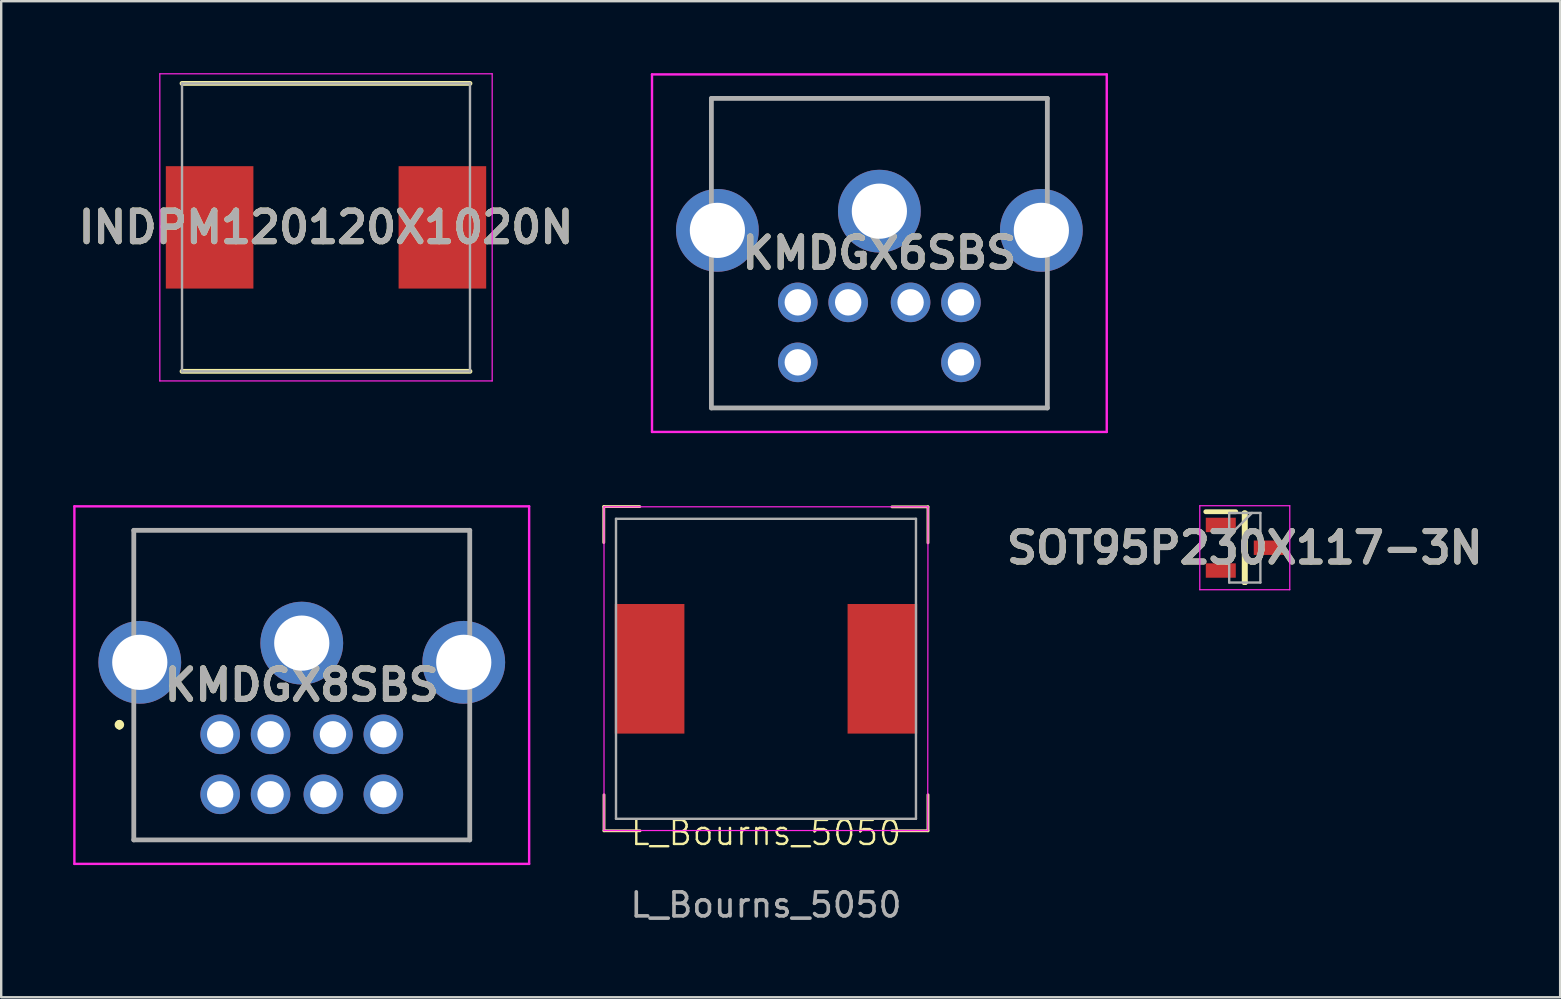
<source format=kicad_pcb>
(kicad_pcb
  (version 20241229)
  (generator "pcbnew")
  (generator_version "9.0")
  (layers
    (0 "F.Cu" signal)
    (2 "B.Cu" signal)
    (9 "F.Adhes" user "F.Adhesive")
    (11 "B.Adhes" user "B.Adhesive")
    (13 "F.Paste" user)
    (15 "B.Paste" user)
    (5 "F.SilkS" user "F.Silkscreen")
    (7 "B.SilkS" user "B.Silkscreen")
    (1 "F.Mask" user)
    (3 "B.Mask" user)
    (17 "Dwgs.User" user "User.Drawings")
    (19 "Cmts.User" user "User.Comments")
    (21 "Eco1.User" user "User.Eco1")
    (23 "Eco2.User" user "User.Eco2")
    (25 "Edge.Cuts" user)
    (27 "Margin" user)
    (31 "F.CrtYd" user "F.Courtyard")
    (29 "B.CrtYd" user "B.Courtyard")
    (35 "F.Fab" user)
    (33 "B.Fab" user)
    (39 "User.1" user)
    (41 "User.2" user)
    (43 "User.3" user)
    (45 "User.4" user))
  (footprint "SOT95P230X117-3N"
    (layer "F.Cu")
    (at 48.822 19.775)
    (property "Reference" "SOT95P230X117-3N" (at 0 0 0) (layer "F.SilkS") (effects (font (size 1.27 1.27) (thickness 0.254))))
    (attr smd)
    (fp_line (start -1.625 -1.5) (end -0.375 -1.5) (stroke (width 0.2) (type solid)) (layer "F.SilkS"))
    (fp_line (start -0.025 -1.45) (end 0.025 -1.45) (stroke (width 0.2) (type solid)) (layer "F.SilkS"))
    (fp_line (start -0.025 1.45) (end -0.025 -1.45) (stroke (width 0.2) (type solid)) (layer "F.SilkS"))
    (fp_line (start 0.025 -1.45) (end 0.025 1.45) (stroke (width 0.2) (type solid)) (layer "F.SilkS"))
    (fp_line (start 0.025 1.45) (end -0.025 1.45) (stroke (width 0.2) (type solid)) (layer "F.SilkS"))
    (fp_line (start -1.875 -1.75) (end 1.875 -1.75) (stroke (width 0.05) (type solid)) (layer "F.CrtYd"))
    (fp_line (start -1.875 1.75) (end -1.875 -1.75) (stroke (width 0.05) (type solid)) (layer "F.CrtYd"))
    (fp_line (start 1.875 -1.75) (end 1.875 1.75) (stroke (width 0.05) (type solid)) (layer "F.CrtYd"))
    (fp_line (start 1.875 1.75) (end -1.875 1.75) (stroke (width 0.05) (type solid)) (layer "F.CrtYd"))
    (fp_line (start -0.65 -1.45) (end 0.65 -1.45) (stroke (width 0.1) (type solid)) (layer "F.Fab"))
    (fp_line (start -0.65 -0.5) (end 0.3 -1.45) (stroke (width 0.1) (type solid)) (layer "F.Fab"))
    (fp_line (start -0.65 1.45) (end -0.65 -1.45) (stroke (width 0.1) (type solid)) (layer "F.Fab"))
    (fp_line (start 0.65 -1.45) (end 0.65 1.45) (stroke (width 0.1) (type solid)) (layer "F.Fab"))
    (fp_line (start 0.65 1.45) (end -0.65 1.45) (stroke (width 0.1) (type solid)) (layer "F.Fab"))
    (fp_text user "${REFERENCE}" (at 0 0 0) (layer "F.Fab") (effects (font (size 1.27 1.27) (thickness 0.254))))
    (pad "1" smd rect (at -1 -0.95 90) (size 0.6 1.25) (layers "F.Cu" "F.Mask" "F.Paste"))
    (pad "2" smd rect (at -1 0.95 90) (size 0.6 1.25) (layers "F.Cu" "F.Mask" "F.Paste"))
    (pad "3" smd rect (at 1 0 90) (size 0.6 1.25) (layers "F.Cu" "F.Mask" "F.Paste")))
  (footprint "KMDGX8SBS"
    (layer "F.Cu")
    (at 8.225 27.55)
    (property "Reference" "KMDGX8SBS" (at 1.3 -2.05 0) (layer "F.SilkS") (effects (font (size 1.27 1.27) (thickness 0.254))))
    (attr through_hole)
    (fp_line (start -6.3 -0.5) (end -6.3 -0.5) (stroke (width 0.2) (type solid)) (layer "F.SilkS"))
    (fp_line (start -6.3 -0.3) (end -6.3 -0.3) (stroke (width 0.2) (type solid)) (layer "F.SilkS"))
    (fp_line (start -5.7 -8.5) (end 8.3 -8.5) (stroke (width 0.1) (type solid)) (layer "F.SilkS"))
    (fp_line (start -5.7 -5.1) (end -5.7 -8.5) (stroke (width 0.1) (type solid)) (layer "F.SilkS"))
    (fp_line (start -5.7 -0.9) (end -5.7 4.4) (stroke (width 0.1) (type solid)) (layer "F.SilkS"))
    (fp_line (start -5.7 4.4) (end 8.3 4.4) (stroke (width 0.1) (type solid)) (layer "F.SilkS"))
    (fp_line (start 8.3 -8.5) (end 8.3 -5.1) (stroke (width 0.1) (type solid)) (layer "F.SilkS"))
    (fp_line (start 8.3 4.4) (end 8.3 -0.9) (stroke (width 0.1) (type solid)) (layer "F.SilkS"))
    (fp_arc (start -6.3 -0.5) (mid -6.2 -0.4) (end -6.3 -0.3) (stroke (width 0.2) (type solid)) (layer "F.SilkS"))
    (fp_arc (start -6.3 -0.3) (mid -6.4 -0.4) (end -6.3 -0.5) (stroke (width 0.2) (type solid)) (layer "F.SilkS"))
    (fp_line (start -8.175 -9.5) (end 10.775 -9.5) (stroke (width 0.1) (type solid)) (layer "F.CrtYd"))
    (fp_line (start -8.175 5.4) (end -8.175 -9.5) (stroke (width 0.1) (type solid)) (layer "F.CrtYd"))
    (fp_line (start 10.775 -9.5) (end 10.775 5.4) (stroke (width 0.1) (type solid)) (layer "F.CrtYd"))
    (fp_line (start 10.775 5.4) (end -8.175 5.4) (stroke (width 0.1) (type solid)) (layer "F.CrtYd"))
    (fp_line (start -5.7 -8.5) (end 8.3 -8.5) (stroke (width 0.2) (type solid)) (layer "F.Fab"))
    (fp_line (start -5.7 4.4) (end -5.7 -8.5) (stroke (width 0.2) (type solid)) (layer "F.Fab"))
    (fp_line (start 8.3 -8.5) (end 8.3 4.4) (stroke (width 0.2) (type solid)) (layer "F.Fab"))
    (fp_line (start 8.3 4.4) (end -5.7 4.4) (stroke (width 0.2) (type solid)) (layer "F.Fab"))
    (fp_text user "${REFERENCE}" (at 1.3 -2.05 0) (layer "F.Fab") (effects (font (size 1.27 1.27) (thickness 0.254))))
    (pad "1" thru_hole circle (at 0 0) (size 1.65 1.65) (drill 1.1) (layers "*.Cu" "*.Mask"))
    (pad "2" thru_hole circle (at 2.6 0) (size 1.65 1.65) (drill 1.1) (layers "*.Cu" "*.Mask"))
    (pad "3" thru_hole circle (at -2.1 0) (size 1.65 1.65) (drill 1.1) (layers "*.Cu" "*.Mask"))
    (pad "4" thru_hole circle (at 0 2.5) (size 1.65 1.65) (drill 1.1) (layers "*.Cu" "*.Mask"))
    (pad "5" thru_hole circle (at 4.7 0) (size 1.65 1.65) (drill 1.1) (layers "*.Cu" "*.Mask"))
    (pad "6" thru_hole circle (at -2.1 2.5) (size 1.65 1.65) (drill 1.1) (layers "*.Cu" "*.Mask"))
    (pad "7" thru_hole circle (at 2.2 2.5) (size 1.65 1.65) (drill 1.1) (layers "*.Cu" "*.Mask"))
    (pad "8" thru_hole circle (at 4.7 2.5) (size 1.65 1.65) (drill 1.1) (layers "*.Cu" "*.Mask"))
    (pad "MH1" thru_hole circle (at -5.45 -3) (size 3.45 3.45) (drill 2.3) (layers "*.Cu" "*.Mask"))
    (pad "MH2" thru_hole circle (at 1.3 -3.8) (size 3.45 3.45) (drill 2.3) (layers "*.Cu" "*.Mask"))
    (pad "MH3" thru_hole circle (at 8.05 -3) (size 3.45 3.45) (drill 2.3) (layers "*.Cu" "*.Mask")))
  (footprint "KMDGX6SBS"
    (layer "F.Cu")
    (at 32.295 9.55)
    (property "Reference" "KMDGX6SBS" (at 1.3 -2.05 0) (layer "F.SilkS") (effects (font (size 1.27 1.27) (thickness 0.254))))
    (attr through_hole)
    (fp_line (start -5.7 -8.5) (end 8.3 -8.5) (stroke (width 0.1) (type solid)) (layer "F.SilkS"))
    (fp_line (start -5.7 -5.5) (end -5.7 -8.5) (stroke (width 0.1) (type solid)) (layer "F.SilkS"))
    (fp_line (start -5.7 -0.5) (end -5.7 4.4) (stroke (width 0.1) (type solid)) (layer "F.SilkS"))
    (fp_line (start -5.7 4.4) (end 8.3 4.4) (stroke (width 0.1) (type solid)) (layer "F.SilkS"))
    (fp_line (start 8.3 -8.5) (end 8.3 -5.5) (stroke (width 0.1) (type solid)) (layer "F.SilkS"))
    (fp_line (start 8.3 4.4) (end 8.3 0) (stroke (width 0.1) (type solid)) (layer "F.SilkS"))
    (fp_line (start -8.175 -9.5) (end 10.775 -9.5) (stroke (width 0.1) (type solid)) (layer "F.CrtYd"))
    (fp_line (start -8.175 5.4) (end -8.175 -9.5) (stroke (width 0.1) (type solid)) (layer "F.CrtYd"))
    (fp_line (start 10.775 -9.5) (end 10.775 5.4) (stroke (width 0.1) (type solid)) (layer "F.CrtYd"))
    (fp_line (start 10.775 5.4) (end -8.175 5.4) (stroke (width 0.1) (type solid)) (layer "F.CrtYd"))
    (fp_line (start -5.7 -8.5) (end 8.3 -8.5) (stroke (width 0.2) (type solid)) (layer "F.Fab"))
    (fp_line (start -5.7 4.4) (end -5.7 -8.5) (stroke (width 0.2) (type solid)) (layer "F.Fab"))
    (fp_line (start 8.3 -8.5) (end 8.3 4.4) (stroke (width 0.2) (type solid)) (layer "F.Fab"))
    (fp_line (start 8.3 4.4) (end -5.7 4.4) (stroke (width 0.2) (type solid)) (layer "F.Fab"))
    (fp_text user "${REFERENCE}" (at 1.3 -2.05 0) (layer "F.Fab") (effects (font (size 1.27 1.27) (thickness 0.254))))
    (pad "1" thru_hole circle (at 0 0) (size 1.65 1.65) (drill 1.1) (layers "*.Cu" "*.Mask"))
    (pad "2" thru_hole circle (at 2.6 0) (size 1.65 1.65) (drill 1.1) (layers "*.Cu" "*.Mask"))
    (pad "3" thru_hole circle (at -2.1 0) (size 1.65 1.65) (drill 1.1) (layers "*.Cu" "*.Mask"))
    (pad "5" thru_hole circle (at 4.7 0) (size 1.65 1.65) (drill 1.1) (layers "*.Cu" "*.Mask"))
    (pad "6" thru_hole circle (at -2.1 2.5) (size 1.65 1.65) (drill 1.1) (layers "*.Cu" "*.Mask"))
    (pad "8" thru_hole circle (at 4.7 2.5) (size 1.65 1.65) (drill 1.1) (layers "*.Cu" "*.Mask"))
    (pad "MH1" thru_hole circle (at -5.45 -3) (size 3.45 3.45) (drill 2.3) (layers "*.Cu" "*.Mask"))
    (pad "MH2" thru_hole circle (at 1.3 -3.8) (size 3.45 3.45) (drill 2.3) (layers "*.Cu" "*.Mask"))
    (pad "MH3" thru_hole circle (at 8.05 -3) (size 3.45 3.45) (drill 2.3) (layers "*.Cu" "*.Mask")))
  (footprint "INDPM120120X1020N"
    (layer "F.Cu")
    (at 10.535 6.425)
    (property "Reference" "INDPM120120X1020N" (at 0 0 0) (layer "F.SilkS") (effects (font (size 1.27 1.27) (thickness 0.254))))
    (attr smd)
    (fp_line (start -6 6) (end 6 6) (stroke (width 0.2) (type solid)) (layer "F.SilkS"))
    (fp_line (start 6 -6) (end -6 -6) (stroke (width 0.2) (type solid)) (layer "F.SilkS"))
    (fp_line (start -6.925 -6.4) (end 6.925 -6.4) (stroke (width 0.05) (type solid)) (layer "F.CrtYd"))
    (fp_line (start -6.925 6.4) (end -6.925 -6.4) (stroke (width 0.05) (type solid)) (layer "F.CrtYd"))
    (fp_line (start 6.925 -6.4) (end 6.925 6.4) (stroke (width 0.05) (type solid)) (layer "F.CrtYd"))
    (fp_line (start 6.925 6.4) (end -6.925 6.4) (stroke (width 0.05) (type solid)) (layer "F.CrtYd"))
    (fp_line (start -6 -6) (end 6 -6) (stroke (width 0.1) (type solid)) (layer "F.Fab"))
    (fp_line (start -6 6) (end -6 -6) (stroke (width 0.1) (type solid)) (layer "F.Fab"))
    (fp_line (start 6 -6) (end 6 6) (stroke (width 0.1) (type solid)) (layer "F.Fab"))
    (fp_line (start 6 6) (end -6 6) (stroke (width 0.1) (type solid)) (layer "F.Fab"))
    (fp_text user "${REFERENCE}" (at 0 0 0) (layer "F.Fab") (effects (font (size 1.27 1.27) (thickness 0.254))))
    (pad "1" smd rect (at -4.85 0) (size 3.65 5.1) (layers "F.Cu" "F.Mask" "F.Paste"))
    (pad "2" smd rect (at 4.85 0) (size 3.65 5.1) (layers "F.Cu" "F.Mask" "F.Paste")))
  (footprint "L_Bourns_5050"
    (layer "F.Cu")
    (at 28.87 24.82)
    (property "Reference" "L_Bourns_5050" (at 0 6.84 0) (unlocked yes) (layer "F.SilkS") (effects (font (size 1 1) (thickness 0.1))))
    (attr smd)
    (fp_line (start -6.76 -6.76) (end -6.76 -5.26) (stroke (width 0.12) (type solid)) (layer "F.SilkS"))
    (fp_line (start -6.76 -6.76) (end -5.26 -6.76) (stroke (width 0.12) (type solid)) (layer "F.SilkS"))
    (fp_line (start -6.75 6.75) (end -6.75 5.25) (stroke (width 0.12) (type solid)) (layer "F.SilkS"))
    (fp_line (start -6.75 6.75) (end -5.25 6.75) (stroke (width 0.12) (type solid)) (layer "F.SilkS"))
    (fp_line (start 6.75 -6.75) (end 5.25 -6.75) (stroke (width 0.12) (type solid)) (layer "F.SilkS"))
    (fp_line (start 6.75 -6.75) (end 6.75 -5.25) (stroke (width 0.12) (type solid)) (layer "F.SilkS"))
    (fp_line (start 6.75 6.75) (end 5.25 6.75) (stroke (width 0.12) (type solid)) (layer "F.SilkS"))
    (fp_line (start 6.75 6.75) (end 6.75 5.25) (stroke (width 0.12) (type solid)) (layer "F.SilkS"))
    (fp_line (start -6.75 -6.75) (end -6.75 6.74) (stroke (width 0.05) (type solid)) (layer "F.CrtYd"))
    (fp_line (start -6.75 -6.75) (end 6.75 -6.75) (stroke (width 0.05) (type solid)) (layer "F.CrtYd"))
    (fp_line (start -6.75 6.74) (end 6.74 6.74) (stroke (width 0.05) (type solid)) (layer "F.CrtYd"))
    (fp_line (start 6.75 -6.75) (end 6.74 6.74) (stroke (width 0.05) (type solid)) (layer "F.CrtYd"))
    (fp_line (start -6.25 -6.25) (end -6.25 6.25) (stroke (width 0.1) (type solid)) (layer "F.Fab"))
    (fp_line (start -6.25 -6.25) (end 6.25 -6.25) (stroke (width 0.1) (type solid)) (layer "F.Fab"))
    (fp_line (start -6.25 6.25) (end 6.25 6.25) (stroke (width 0.1) (type solid)) (layer "F.Fab"))
    (fp_line (start 6.25 -6.25) (end 6.25 6.25) (stroke (width 0.1) (type solid)) (layer "F.Fab"))
    (fp_text user "${REFERENCE}" (at 0 9.84 0) (unlocked yes) (layer "F.Fab") (effects (font (size 1 1) (thickness 0.15))))
    (pad "1" smd rect (at -4.85 0 90) (size 5.4 2.9) (layers "F.Cu" "F.Mask" "F.Paste"))
    (pad "2" smd rect (at 4.85 0 90) (size 5.4 2.9) (layers "F.Cu" "F.Mask" "F.Paste")))
  (gr_rect
    (start -3 -3)
    (end 61.964 38.508)
    (stroke (width 0.1) (type default))
    (fill no)
    (layer "Edge.Cuts")))
</source>
